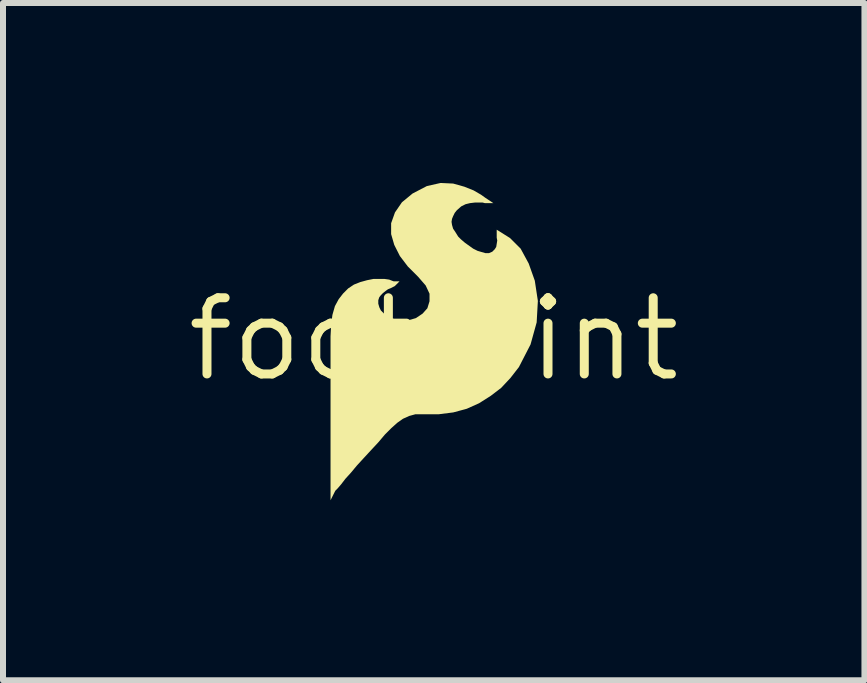
<source format=kicad_pcb>
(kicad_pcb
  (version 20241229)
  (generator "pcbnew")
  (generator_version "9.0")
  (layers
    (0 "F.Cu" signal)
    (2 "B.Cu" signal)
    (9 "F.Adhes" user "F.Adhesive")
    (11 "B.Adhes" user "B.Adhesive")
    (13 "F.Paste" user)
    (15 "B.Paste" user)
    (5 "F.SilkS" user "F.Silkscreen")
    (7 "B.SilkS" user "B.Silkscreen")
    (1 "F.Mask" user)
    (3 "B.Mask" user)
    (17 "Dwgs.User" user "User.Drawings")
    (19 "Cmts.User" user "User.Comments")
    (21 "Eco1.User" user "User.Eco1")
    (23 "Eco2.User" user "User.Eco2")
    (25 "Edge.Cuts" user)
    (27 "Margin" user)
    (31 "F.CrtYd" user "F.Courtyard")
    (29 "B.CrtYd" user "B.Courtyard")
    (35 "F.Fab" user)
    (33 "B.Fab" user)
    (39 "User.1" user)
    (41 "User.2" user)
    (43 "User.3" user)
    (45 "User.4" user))
  (footprint "footprint"
    (layer "F.Cu")
    (at 4.18 2.604)
    (property "Reference" "footprint" (at 0 0 0) (layer "F.SilkS") (effects (font (size 1.27 1.27) (thickness 0.15))))
    (fp_poly (pts (xy 0.324 -2.594) (xy 0.51 -2.542) (xy 0.665 -2.48) (xy 0.789 -2.408) (xy 0.86 -2.357) (xy 0.994 -2.268) (xy 0.853 -2.268) (xy 0.813 -2.278) (xy 0.69 -2.278) (xy 0.605 -2.268) (xy 0.531 -2.25) (xy 0.459 -2.214) (xy 0.386 -2.15) (xy 0.35 -2.105) (xy 0.323 -2.05) (xy 0.305 -2.006) (xy 0.297 -1.956) (xy 0.305 -1.904) (xy 0.323 -1.842) (xy 0.36 -1.787) (xy 0.408 -1.71) (xy 0.454 -1.664) (xy 0.522 -1.606) (xy 0.658 -1.509) (xy 0.732 -1.472) (xy 0.863 -1.434) (xy 0.92 -1.434) (xy 0.976 -1.458) (xy 1.018 -1.5) (xy 1.042 -1.539) (xy 1.059 -1.645) (xy 1.05 -1.692) (xy 1.05 -1.825) (xy 1.272 -1.686) (xy 1.449 -1.509) (xy 1.583 -1.262) (xy 1.685 -0.975) (xy 1.736 -0.638) (xy 1.716 -0.28) (xy 1.614 0.088) (xy 1.42 0.465) (xy 1.277 0.649) (xy 1.124 0.812) (xy 0.95 0.945) (xy 0.756 1.068) (xy 0.551 1.16) (xy 0.325 1.221) (xy 0.08 1.252) (xy -0.307 1.252) (xy -0.409 1.28) (xy -0.513 1.327) (xy -0.608 1.394) (xy -0.706 1.482) (xy -0.814 1.59) (xy -0.923 1.719) (xy -1.054 1.86) (xy -1.174 1.99) (xy -1.283 2.109) (xy -1.383 2.229) (xy -1.473 2.328) (xy -1.542 2.418) (xy -1.604 2.49) (xy -1.641 2.527) (xy -1.72 2.685) (xy -1.72 -0.047) (xy -1.71 -0.239) (xy -1.689 -0.404) (xy -1.647 -0.551) (xy -1.584 -0.667) (xy -1.511 -0.761) (xy -1.426 -0.846) (xy -1.33 -0.91) (xy -1.224 -0.952) (xy -1.111 -0.983) (xy -1.006 -1.004) (xy -0.819 -1.004) (xy -0.742 -0.993) (xy -0.689 -0.972) (xy -0.666 -0.964) (xy -0.57 -0.964) (xy -0.649 -0.885) (xy -0.716 -0.851) (xy -0.763 -0.832) (xy -0.799 -0.806) (xy -0.847 -0.768) (xy -0.883 -0.731) (xy -0.908 -0.698) (xy -0.924 -0.65) (xy -0.924 -0.591) (xy -0.906 -0.53) (xy -0.881 -0.479) (xy -0.826 -0.424) (xy -0.763 -0.37) (xy -0.681 -0.342) (xy -0.577 -0.314) (xy -0.427 -0.314) (xy -0.298 -0.351) (xy -0.187 -0.425) (xy -0.106 -0.515) (xy -0.07 -0.632) (xy -0.07 -0.758) (xy -0.134 -0.895) (xy -0.26 -1.04) (xy -0.431 -1.211) (xy -0.564 -1.386) (xy -0.658 -1.572) (xy -0.71 -1.751) (xy -0.71 -1.933) (xy -0.646 -2.113) (xy -0.53 -2.282) (xy -0.353 -2.428) (xy -0.115 -2.552) (xy 0.115 -2.604)) (stroke (width 0) (type solid)) (fill yes) (layer "F.SilkS")))
  (gr_rect
    (start -3 -3)
    (end 11.36 8.29)
    (stroke (width 0.1) (type default))
    (fill no)
    (layer "Edge.Cuts")))
</source>
